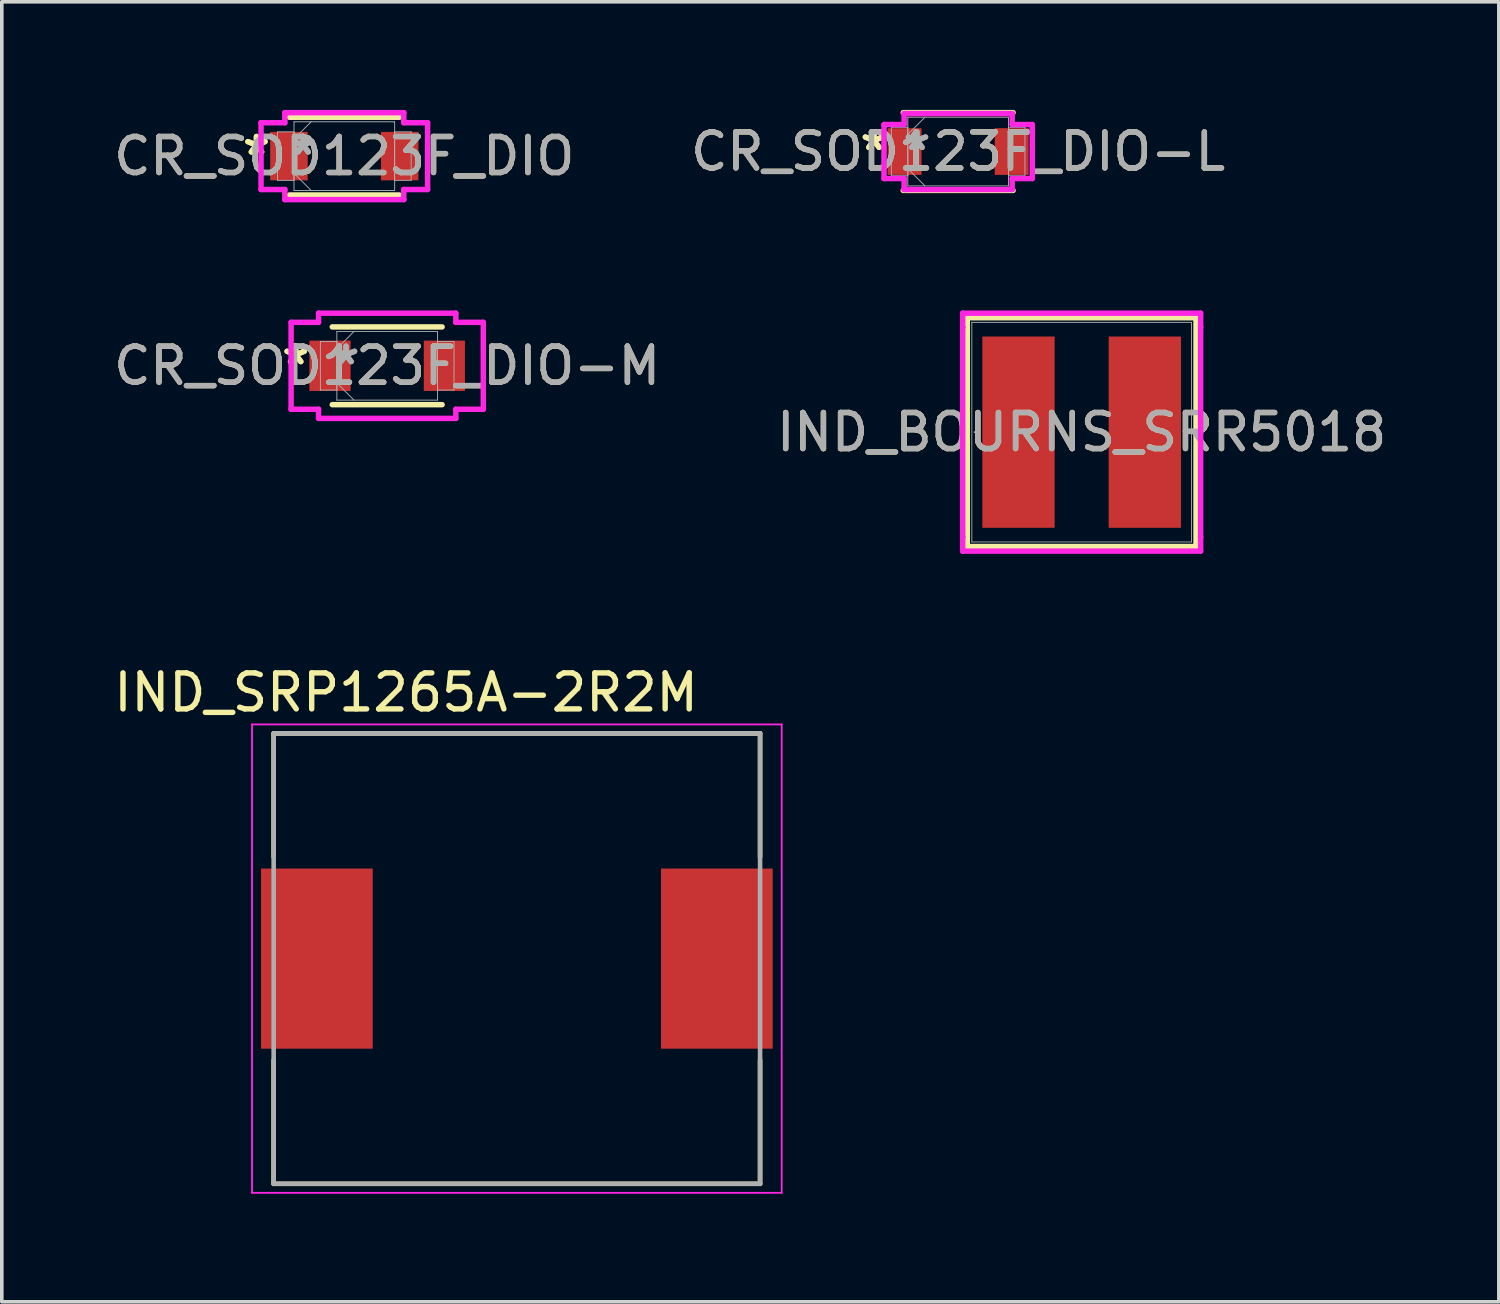
<source format=kicad_pcb>
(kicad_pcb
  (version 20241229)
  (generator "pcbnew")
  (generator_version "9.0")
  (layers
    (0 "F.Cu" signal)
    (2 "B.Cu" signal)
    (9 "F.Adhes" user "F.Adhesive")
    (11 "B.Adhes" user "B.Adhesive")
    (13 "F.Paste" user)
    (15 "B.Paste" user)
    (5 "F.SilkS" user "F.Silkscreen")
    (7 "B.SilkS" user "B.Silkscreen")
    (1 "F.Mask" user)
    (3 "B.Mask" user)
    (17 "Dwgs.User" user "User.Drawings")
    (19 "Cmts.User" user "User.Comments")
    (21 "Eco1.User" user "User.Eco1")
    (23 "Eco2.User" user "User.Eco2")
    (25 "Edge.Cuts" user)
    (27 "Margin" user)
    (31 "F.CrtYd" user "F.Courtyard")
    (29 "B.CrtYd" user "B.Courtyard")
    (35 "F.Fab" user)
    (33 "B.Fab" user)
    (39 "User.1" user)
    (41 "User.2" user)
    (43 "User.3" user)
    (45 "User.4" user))
  (footprint "CR_SOD123F_DIO-M"
    (layer "F.Cu")
    (at 7.696 7.102)
    (property "Reference" "CR_SOD123F_DIO-M" (at 0 0 0) (unlocked yes) (layer "F.SilkS") (effects (font (size 1 1) (thickness 0.15))))
    (attr smd)
    (fp_line (start -1.524 1.079) (end 1.524 1.079) (stroke (width 0.152) (type solid)) (layer "F.SilkS"))
    (fp_line (start 1.524 -1.079) (end -1.524 -1.079) (stroke (width 0.152) (type solid)) (layer "F.SilkS"))
    (fp_line (start -2.667 -1.206) (end -1.905 -1.206) (stroke (width 0.152) (type solid)) (layer "F.CrtYd"))
    (fp_line (start -2.667 1.206) (end -2.667 -1.206) (stroke (width 0.152) (type solid)) (layer "F.CrtYd"))
    (fp_line (start -1.905 -1.46) (end 1.905 -1.46) (stroke (width 0.152) (type solid)) (layer "F.CrtYd"))
    (fp_line (start -1.905 -1.206) (end -1.905 -1.46) (stroke (width 0.152) (type solid)) (layer "F.CrtYd"))
    (fp_line (start -1.905 1.206) (end -2.667 1.206) (stroke (width 0.152) (type solid)) (layer "F.CrtYd"))
    (fp_line (start -1.905 1.46) (end -1.905 1.206) (stroke (width 0.152) (type solid)) (layer "F.CrtYd"))
    (fp_line (start 1.905 -1.46) (end 1.905 -1.206) (stroke (width 0.152) (type solid)) (layer "F.CrtYd"))
    (fp_line (start 1.905 -1.206) (end 2.667 -1.206) (stroke (width 0.152) (type solid)) (layer "F.CrtYd"))
    (fp_line (start 1.905 1.206) (end 1.905 1.46) (stroke (width 0.152) (type solid)) (layer "F.CrtYd"))
    (fp_line (start 1.905 1.46) (end -1.905 1.46) (stroke (width 0.152) (type solid)) (layer "F.CrtYd"))
    (fp_line (start 2.667 -1.206) (end 2.667 1.206) (stroke (width 0.152) (type solid)) (layer "F.CrtYd"))
    (fp_line (start 2.667 1.206) (end 1.905 1.206) (stroke (width 0.152) (type solid)) (layer "F.CrtYd"))
    (fp_line (start -1.854 -0.673) (end -1.854 0.673) (stroke (width 0.025) (type solid)) (layer "F.Fab"))
    (fp_line (start -1.854 0.673) (end -1.397 0.673) (stroke (width 0.025) (type solid)) (layer "F.Fab"))
    (fp_line (start -1.397 -0.953) (end -1.397 0.953) (stroke (width 0.025) (type solid)) (layer "F.Fab"))
    (fp_line (start -1.397 -0.673) (end -1.854 -0.673) (stroke (width 0.025) (type solid)) (layer "F.Fab"))
    (fp_line (start -1.397 -0.476) (end -0.921 -0.953) (stroke (width 0.025) (type solid)) (layer "F.Fab"))
    (fp_line (start -1.397 0.476) (end -0.921 0.953) (stroke (width 0.025) (type solid)) (layer "F.Fab"))
    (fp_line (start -1.397 0.673) (end -1.397 -0.673) (stroke (width 0.025) (type solid)) (layer "F.Fab"))
    (fp_line (start -1.397 0.953) (end 1.397 0.953) (stroke (width 0.025) (type solid)) (layer "F.Fab"))
    (fp_line (start 1.397 -0.953) (end -1.397 -0.953) (stroke (width 0.025) (type solid)) (layer "F.Fab"))
    (fp_line (start 1.397 -0.673) (end 1.397 0.673) (stroke (width 0.025) (type solid)) (layer "F.Fab"))
    (fp_line (start 1.397 0.673) (end 1.854 0.673) (stroke (width 0.025) (type solid)) (layer "F.Fab"))
    (fp_line (start 1.397 0.953) (end 1.397 -0.953) (stroke (width 0.025) (type solid)) (layer "F.Fab"))
    (fp_line (start 1.854 -0.673) (end 1.397 -0.673) (stroke (width 0.025) (type solid)) (layer "F.Fab"))
    (fp_line (start 1.854 0.673) (end 1.854 -0.673) (stroke (width 0.025) (type solid)) (layer "F.Fab"))
    (fp_text user "*" (at -2.54 0 0) (layer "F.SilkS") (effects (font (size 1 1) (thickness 0.15))))
    (fp_text user "*" (at -2.54 0 0) (unlocked yes) (layer "F.SilkS") (effects (font (size 1 1) (thickness 0.15))))
    (fp_text user "*" (at -1.143 0 0) (layer "F.Fab") (effects (font (size 1 1) (thickness 0.15))))
    (fp_text user "${REFERENCE}" (at 0 0 0) (unlocked yes) (layer "F.Fab") (effects (font (size 1 1) (thickness 0.15))))
    (fp_text user "*" (at -1.143 0 0) (unlocked yes) (layer "F.Fab") (effects (font (size 1 1) (thickness 0.15))))
    (pad "1" smd rect (at -1.587 0) (size 1.143 1.397) (layers "F.Cu" "F.Mask" "F.Paste"))
    (pad "2" smd rect (at 1.587 0) (size 1.143 1.397) (layers "F.Cu" "F.Mask" "F.Paste"))
    (zone (net_name "") (layer "F.Cu") (hatch full 0.508) (connect_pads) (min_thickness 0.254) (filled_areas_thickness no) (keepout (tracks not_allowed) (vias not_allowed) (pads allowed) (copperpour not_allowed) (footprints allowed)) (placement (enabled no)) (fill) (polygon (pts (xy 6.731 6.2) (xy 8.662 6.2) (xy 8.662 8.004) (xy 6.731 8.004)))))
  (footprint "IND_BOURNS_SRR5018"
    (layer "F.Cu")
    (at 26.97 8.944)
    (property "Reference" "IND_BOURNS_SRR5018" (at 0 0 0) (unlocked yes) (layer "F.SilkS") (effects (font (size 1 1) (thickness 0.15))))
    (attr smd)
    (fp_line (start -3.175 -3.175) (end -3.175 3.175) (stroke (width 0.152) (type solid)) (layer "F.SilkS"))
    (fp_line (start -3.175 3.175) (end 3.175 3.175) (stroke (width 0.152) (type solid)) (layer "F.SilkS"))
    (fp_line (start 3.175 -3.175) (end -3.175 -3.175) (stroke (width 0.152) (type solid)) (layer "F.SilkS"))
    (fp_line (start 3.175 3.175) (end 3.175 -3.175) (stroke (width 0.152) (type solid)) (layer "F.SilkS"))
    (fp_line (start -3.302 -3.302) (end 3.302 -3.302) (stroke (width 0.152) (type solid)) (layer "F.CrtYd"))
    (fp_line (start -3.302 -2.908) (end -3.302 -3.302) (stroke (width 0.152) (type solid)) (layer "F.CrtYd"))
    (fp_line (start -3.302 -2.908) (end -3.302 -2.908) (stroke (width 0.152) (type solid)) (layer "F.CrtYd"))
    (fp_line (start -3.302 2.908) (end -3.302 -2.908) (stroke (width 0.152) (type solid)) (layer "F.CrtYd"))
    (fp_line (start -3.302 2.908) (end -3.302 2.908) (stroke (width 0.152) (type solid)) (layer "F.CrtYd"))
    (fp_line (start -3.302 3.302) (end -3.302 2.908) (stroke (width 0.152) (type solid)) (layer "F.CrtYd"))
    (fp_line (start 3.302 -3.302) (end 3.302 -2.908) (stroke (width 0.152) (type solid)) (layer "F.CrtYd"))
    (fp_line (start 3.302 -2.908) (end 3.302 -2.908) (stroke (width 0.152) (type solid)) (layer "F.CrtYd"))
    (fp_line (start 3.302 -2.908) (end 3.302 2.908) (stroke (width 0.152) (type solid)) (layer "F.CrtYd"))
    (fp_line (start 3.302 2.908) (end 3.302 2.908) (stroke (width 0.152) (type solid)) (layer "F.CrtYd"))
    (fp_line (start 3.302 2.908) (end 3.302 3.302) (stroke (width 0.152) (type solid)) (layer "F.CrtYd"))
    (fp_line (start 3.302 3.302) (end -3.302 3.302) (stroke (width 0.152) (type solid)) (layer "F.CrtYd"))
    (fp_line (start -3.048 -3.048) (end -3.048 3.048) (stroke (width 0.025) (type solid)) (layer "F.Fab"))
    (fp_line (start -3.048 3.048) (end 3.048 3.048) (stroke (width 0.025) (type solid)) (layer "F.Fab"))
    (fp_line (start 3.048 -3.048) (end -3.048 -3.048) (stroke (width 0.025) (type solid)) (layer "F.Fab"))
    (fp_line (start 3.048 3.048) (end 3.048 -3.048) (stroke (width 0.025) (type solid)) (layer "F.Fab"))
    (fp_circle (center -2.972 0) (end -2.972 0) (stroke (width 0.025) (type solid)) (fill no) (layer "F.Fab"))
    (fp_text user "${REFERENCE}" (at 0 0 0) (unlocked yes) (layer "F.Fab") (effects (font (size 1 1) (thickness 0.15))))
    (pad "1" smd rect (at -1.753 0) (size 2.007 5.309) (layers "F.Cu" "F.Mask" "F.Paste"))
    (pad "2" smd rect (at 1.753 0) (size 2.007 5.309) (layers "F.Cu" "F.Mask" "F.Paste"))
    (zone (net_name "") (layer "F.Cu") (hatch full 0.508) (connect_pads) (min_thickness 0.254) (filled_areas_thickness no) (keepout (tracks not_allowed) (vias not_allowed) (pads allowed) (copperpour not_allowed) (footprints allowed)) (placement (enabled no)) (fill) (polygon (pts (xy 26.272 5.946) (xy 27.669 5.946) (xy 27.669 11.941) (xy 26.272 11.941)))))
  (footprint "CR_SOD123F_DIO-L"
    (layer "F.Cu")
    (at 23.542 1.156)
    (property "Reference" "CR_SOD123F_DIO-L" (at 0 0 0) (unlocked yes) (layer "F.SilkS") (effects (font (size 1 1) (thickness 0.15))))
    (attr smd)
    (fp_line (start -1.524 1.079) (end 1.524 1.079) (stroke (width 0.152) (type solid)) (layer "F.SilkS"))
    (fp_line (start 1.524 -1.079) (end -1.524 -1.079) (stroke (width 0.152) (type solid)) (layer "F.SilkS"))
    (fp_line (start -2.057 -0.749) (end -1.499 -0.749) (stroke (width 0.152) (type solid)) (layer "F.CrtYd"))
    (fp_line (start -2.057 0.749) (end -2.057 -0.749) (stroke (width 0.152) (type solid)) (layer "F.CrtYd"))
    (fp_line (start -1.499 -1.054) (end 1.499 -1.054) (stroke (width 0.152) (type solid)) (layer "F.CrtYd"))
    (fp_line (start -1.499 -0.749) (end -1.499 -1.054) (stroke (width 0.152) (type solid)) (layer "F.CrtYd"))
    (fp_line (start -1.499 0.749) (end -2.057 0.749) (stroke (width 0.152) (type solid)) (layer "F.CrtYd"))
    (fp_line (start -1.499 1.054) (end -1.499 0.749) (stroke (width 0.152) (type solid)) (layer "F.CrtYd"))
    (fp_line (start 1.499 -1.054) (end 1.499 -0.749) (stroke (width 0.152) (type solid)) (layer "F.CrtYd"))
    (fp_line (start 1.499 -0.749) (end 2.057 -0.749) (stroke (width 0.152) (type solid)) (layer "F.CrtYd"))
    (fp_line (start 1.499 0.749) (end 1.499 1.054) (stroke (width 0.152) (type solid)) (layer "F.CrtYd"))
    (fp_line (start 1.499 1.054) (end -1.499 1.054) (stroke (width 0.152) (type solid)) (layer "F.CrtYd"))
    (fp_line (start 2.057 -0.749) (end 2.057 0.749) (stroke (width 0.152) (type solid)) (layer "F.CrtYd"))
    (fp_line (start 2.057 0.749) (end 1.499 0.749) (stroke (width 0.152) (type solid)) (layer "F.CrtYd"))
    (fp_line (start -1.854 -0.673) (end -1.854 0.673) (stroke (width 0.025) (type solid)) (layer "F.Fab"))
    (fp_line (start -1.854 0.673) (end -1.397 0.673) (stroke (width 0.025) (type solid)) (layer "F.Fab"))
    (fp_line (start -1.397 -0.953) (end -1.397 0.953) (stroke (width 0.025) (type solid)) (layer "F.Fab"))
    (fp_line (start -1.397 -0.673) (end -1.854 -0.673) (stroke (width 0.025) (type solid)) (layer "F.Fab"))
    (fp_line (start -1.397 -0.476) (end -0.921 -0.953) (stroke (width 0.025) (type solid)) (layer "F.Fab"))
    (fp_line (start -1.397 0.476) (end -0.921 0.953) (stroke (width 0.025) (type solid)) (layer "F.Fab"))
    (fp_line (start -1.397 0.673) (end -1.397 -0.673) (stroke (width 0.025) (type solid)) (layer "F.Fab"))
    (fp_line (start -1.397 0.953) (end 1.397 0.953) (stroke (width 0.025) (type solid)) (layer "F.Fab"))
    (fp_line (start 1.397 -0.953) (end -1.397 -0.953) (stroke (width 0.025) (type solid)) (layer "F.Fab"))
    (fp_line (start 1.397 -0.673) (end 1.397 0.673) (stroke (width 0.025) (type solid)) (layer "F.Fab"))
    (fp_line (start 1.397 0.673) (end 1.854 0.673) (stroke (width 0.025) (type solid)) (layer "F.Fab"))
    (fp_line (start 1.397 0.953) (end 1.397 -0.953) (stroke (width 0.025) (type solid)) (layer "F.Fab"))
    (fp_line (start 1.854 -0.673) (end 1.397 -0.673) (stroke (width 0.025) (type solid)) (layer "F.Fab"))
    (fp_line (start 1.854 0.673) (end 1.854 -0.673) (stroke (width 0.025) (type solid)) (layer "F.Fab"))
    (fp_text user "*" (at -2.337 0 0) (layer "F.SilkS") (effects (font (size 1 1) (thickness 0.15))))
    (fp_text user "*" (at -2.337 0 0) (unlocked yes) (layer "F.SilkS") (effects (font (size 1 1) (thickness 0.15))))
    (fp_text user "*" (at -1.143 0 0) (unlocked yes) (layer "F.Fab") (effects (font (size 1 1) (thickness 0.15))))
    (fp_text user "*" (at -1.143 0 0) (layer "F.Fab") (effects (font (size 1 1) (thickness 0.15))))
    (fp_text user "${REFERENCE}" (at 0 0 0) (unlocked yes) (layer "F.Fab") (effects (font (size 1 1) (thickness 0.15))))
    (pad "1" smd rect (at -1.486 0) (size 0.94 1.295) (layers "F.Cu" "F.Mask" "F.Paste"))
    (pad "2" smd rect (at 1.486 0) (size 0.94 1.295) (layers "F.Cu" "F.Mask" "F.Paste"))
    (zone (net_name "") (layer "F.Cu") (hatch full 0.508) (connect_pads) (min_thickness 0.254) (filled_areas_thickness no) (keepout (tracks not_allowed) (vias not_allowed) (pads allowed) (copperpour not_allowed) (footprints allowed)) (placement (enabled no)) (fill) (polygon (pts (xy 22.576 0.254) (xy 24.507 0.254) (xy 24.507 2.057) (xy 22.576 2.057)))))
  (footprint "IND_SRP1265A-2R2M"
    (layer "F.Cu")
    (at 11.295 23.555)
    (property "Reference" "IND_SRP1265A-2R2M" (at -3.075 -7.385 0) (layer "F.SilkS") (effects (font (size 1 1) (thickness 0.15))))
    (attr smd)
    (fp_line (start -6.75 -6.25) (end 6.75 -6.25) (stroke (width 0.127) (type solid)) (layer "F.SilkS"))
    (fp_line (start -6.75 -2.82) (end -6.75 -6.25) (stroke (width 0.127) (type solid)) (layer "F.SilkS"))
    (fp_line (start -6.75 6.25) (end -6.75 2.82) (stroke (width 0.127) (type solid)) (layer "F.SilkS"))
    (fp_line (start 6.75 -6.25) (end 6.75 -2.82) (stroke (width 0.127) (type solid)) (layer "F.SilkS"))
    (fp_line (start 6.75 6.25) (end -6.75 6.25) (stroke (width 0.127) (type solid)) (layer "F.SilkS"))
    (fp_line (start 6.75 6.25) (end 6.75 2.82) (stroke (width 0.127) (type solid)) (layer "F.SilkS"))
    (fp_line (start -7.35 -6.5) (end -7.35 6.5) (stroke (width 0.05) (type solid)) (layer "F.CrtYd"))
    (fp_line (start -7.35 6.5) (end 7.35 6.5) (stroke (width 0.05) (type solid)) (layer "F.CrtYd"))
    (fp_line (start 7.35 -6.5) (end -7.35 -6.5) (stroke (width 0.05) (type solid)) (layer "F.CrtYd"))
    (fp_line (start 7.35 6.5) (end 7.35 -6.5) (stroke (width 0.05) (type solid)) (layer "F.CrtYd"))
    (fp_line (start -6.75 -6.25) (end 6.75 -6.25) (stroke (width 0.127) (type solid)) (layer "F.Fab"))
    (fp_line (start -6.75 6.25) (end -6.75 -6.25) (stroke (width 0.127) (type solid)) (layer "F.Fab"))
    (fp_line (start 6.75 -6.25) (end 6.75 6.25) (stroke (width 0.127) (type solid)) (layer "F.Fab"))
    (fp_line (start 6.75 6.25) (end -6.75 6.25) (stroke (width 0.127) (type solid)) (layer "F.Fab"))
    (pad "1" smd rect (at -5.55 0) (size 3.1 5) (layers "F.Cu" "F.Mask" "F.Paste"))
    (pad "2" smd rect (at 5.55 0) (size 3.1 5) (layers "F.Cu" "F.Mask" "F.Paste")))
  (footprint "CR_SOD123F_DIO"
    (layer "F.Cu")
    (at 6.506 1.283)
    (property "Reference" "CR_SOD123F_DIO" (at 0 0 0) (unlocked yes) (layer "F.SilkS") (effects (font (size 1 1) (thickness 0.15))))
    (attr smd)
    (fp_line (start -1.524 1.079) (end 1.524 1.079) (stroke (width 0.152) (type solid)) (layer "F.SilkS"))
    (fp_line (start 1.524 -1.079) (end -1.524 -1.079) (stroke (width 0.152) (type solid)) (layer "F.SilkS"))
    (fp_line (start -2.311 -0.927) (end -1.651 -0.927) (stroke (width 0.152) (type solid)) (layer "F.CrtYd"))
    (fp_line (start -2.311 0.927) (end -2.311 -0.927) (stroke (width 0.152) (type solid)) (layer "F.CrtYd"))
    (fp_line (start -1.651 -1.206) (end 1.651 -1.206) (stroke (width 0.152) (type solid)) (layer "F.CrtYd"))
    (fp_line (start -1.651 -0.927) (end -1.651 -1.206) (stroke (width 0.152) (type solid)) (layer "F.CrtYd"))
    (fp_line (start -1.651 0.927) (end -2.311 0.927) (stroke (width 0.152) (type solid)) (layer "F.CrtYd"))
    (fp_line (start -1.651 1.206) (end -1.651 0.927) (stroke (width 0.152) (type solid)) (layer "F.CrtYd"))
    (fp_line (start 1.651 -1.206) (end 1.651 -0.927) (stroke (width 0.152) (type solid)) (layer "F.CrtYd"))
    (fp_line (start 1.651 -0.927) (end 2.311 -0.927) (stroke (width 0.152) (type solid)) (layer "F.CrtYd"))
    (fp_line (start 1.651 0.927) (end 1.651 1.206) (stroke (width 0.152) (type solid)) (layer "F.CrtYd"))
    (fp_line (start 1.651 1.206) (end -1.651 1.206) (stroke (width 0.152) (type solid)) (layer "F.CrtYd"))
    (fp_line (start 2.311 -0.927) (end 2.311 0.927) (stroke (width 0.152) (type solid)) (layer "F.CrtYd"))
    (fp_line (start 2.311 0.927) (end 1.651 0.927) (stroke (width 0.152) (type solid)) (layer "F.CrtYd"))
    (fp_line (start -1.854 -0.673) (end -1.854 0.673) (stroke (width 0.025) (type solid)) (layer "F.Fab"))
    (fp_line (start -1.854 0.673) (end -1.397 0.673) (stroke (width 0.025) (type solid)) (layer "F.Fab"))
    (fp_line (start -1.397 -0.953) (end -1.397 0.953) (stroke (width 0.025) (type solid)) (layer "F.Fab"))
    (fp_line (start -1.397 -0.673) (end -1.854 -0.673) (stroke (width 0.025) (type solid)) (layer "F.Fab"))
    (fp_line (start -1.397 -0.476) (end -0.921 -0.953) (stroke (width 0.025) (type solid)) (layer "F.Fab"))
    (fp_line (start -1.397 0.476) (end -0.921 0.953) (stroke (width 0.025) (type solid)) (layer "F.Fab"))
    (fp_line (start -1.397 0.673) (end -1.397 -0.673) (stroke (width 0.025) (type solid)) (layer "F.Fab"))
    (fp_line (start -1.397 0.953) (end 1.397 0.953) (stroke (width 0.025) (type solid)) (layer "F.Fab"))
    (fp_line (start 1.397 -0.953) (end -1.397 -0.953) (stroke (width 0.025) (type solid)) (layer "F.Fab"))
    (fp_line (start 1.397 -0.673) (end 1.397 0.673) (stroke (width 0.025) (type solid)) (layer "F.Fab"))
    (fp_line (start 1.397 0.673) (end 1.854 0.673) (stroke (width 0.025) (type solid)) (layer "F.Fab"))
    (fp_line (start 1.397 0.953) (end 1.397 -0.953) (stroke (width 0.025) (type solid)) (layer "F.Fab"))
    (fp_line (start 1.854 -0.673) (end 1.397 -0.673) (stroke (width 0.025) (type solid)) (layer "F.Fab"))
    (fp_line (start 1.854 0.673) (end 1.854 -0.673) (stroke (width 0.025) (type solid)) (layer "F.Fab"))
    (fp_text user "*" (at -2.438 0 0) (unlocked yes) (layer "F.SilkS") (effects (font (size 1 1) (thickness 0.15))))
    (fp_text user "*" (at -2.438 0 0) (layer "F.SilkS") (effects (font (size 1 1) (thickness 0.15))))
    (fp_text user "${REFERENCE}" (at 0 0 0) (unlocked yes) (layer "F.Fab") (effects (font (size 1 1) (thickness 0.15))))
    (fp_text user "*" (at -1.143 0 0) (layer "F.Fab") (effects (font (size 1 1) (thickness 0.15))))
    (fp_text user "*" (at -1.143 0 0) (unlocked yes) (layer "F.Fab") (effects (font (size 1 1) (thickness 0.15))))
    (pad "1" smd rect (at -1.537 0) (size 1.041 1.346) (layers "F.Cu" "F.Mask" "F.Paste"))
    (pad "2" smd rect (at 1.537 0) (size 1.041 1.346) (layers "F.Cu" "F.Mask" "F.Paste"))
    (zone (net_name "") (layer "F.Cu") (hatch full 0.508) (connect_pads) (min_thickness 0.254) (filled_areas_thickness no) (keepout (tracks not_allowed) (vias not_allowed) (pads allowed) (copperpour not_allowed) (footprints allowed)) (placement (enabled no)) (fill) (polygon (pts (xy 5.541 0.381) (xy 7.471 0.381) (xy 7.471 2.184) (xy 5.541 2.184)))))
  (gr_rect
    (start -3 -3)
    (end 38.548 33.08)
    (stroke (width 0.1) (type default))
    (fill no)
    (layer "Edge.Cuts")))
</source>
